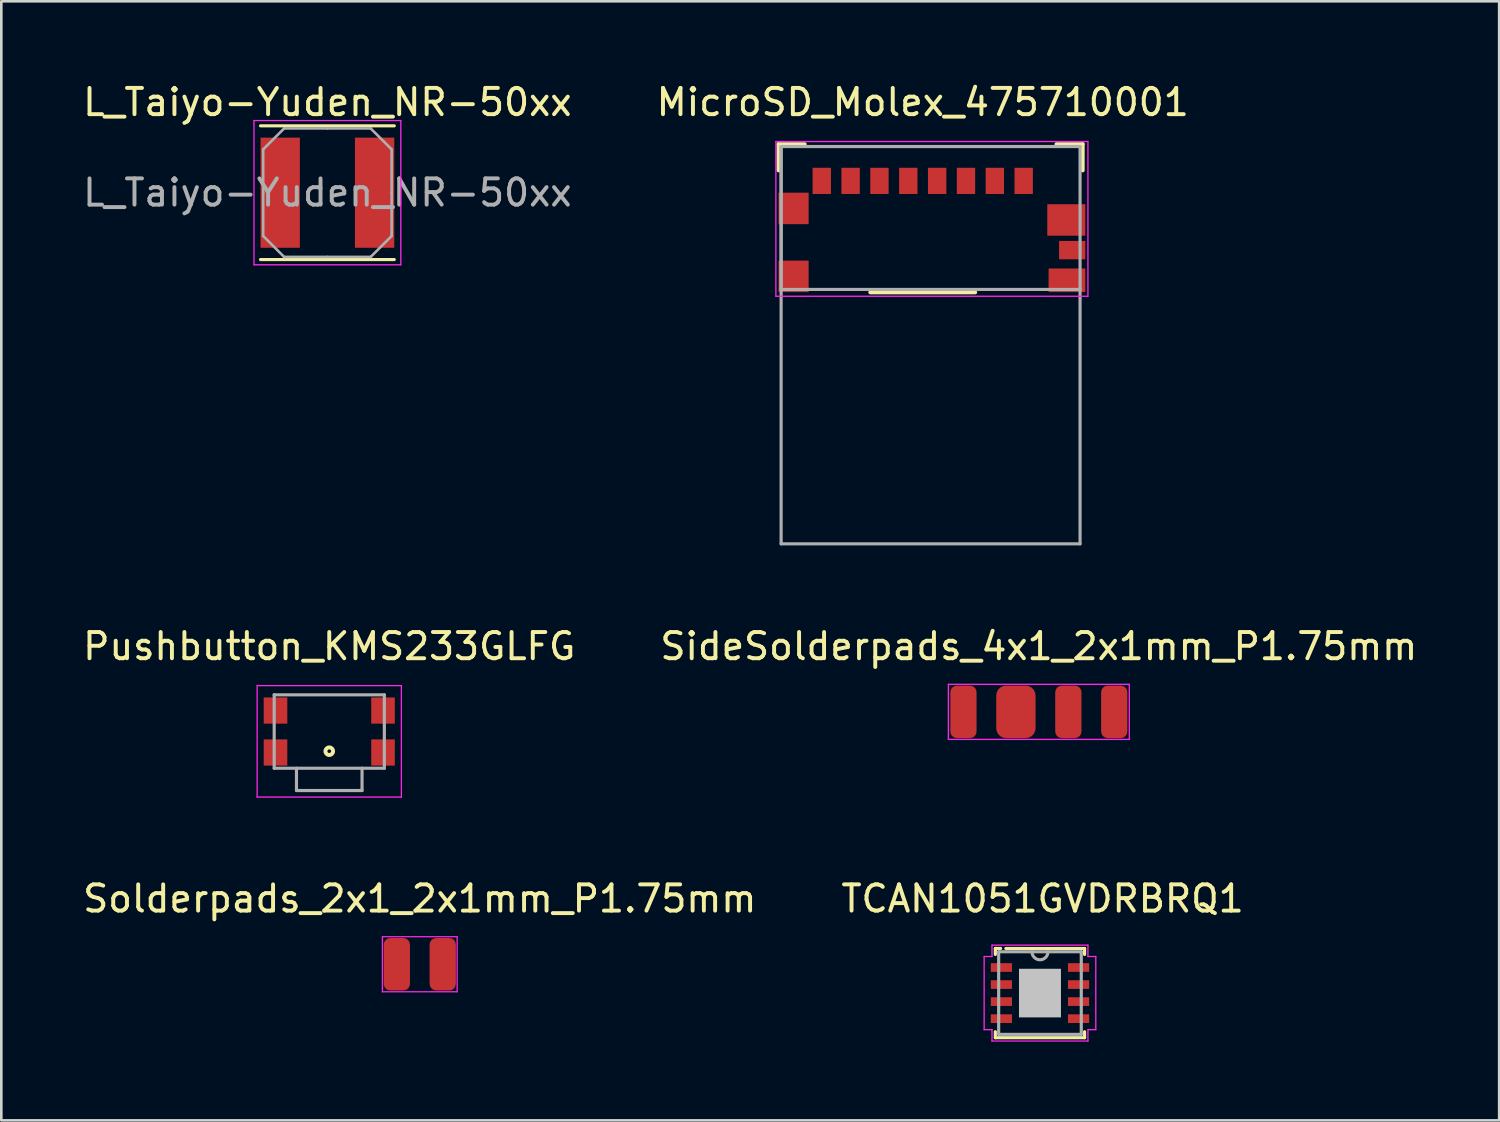
<source format=kicad_pcb>
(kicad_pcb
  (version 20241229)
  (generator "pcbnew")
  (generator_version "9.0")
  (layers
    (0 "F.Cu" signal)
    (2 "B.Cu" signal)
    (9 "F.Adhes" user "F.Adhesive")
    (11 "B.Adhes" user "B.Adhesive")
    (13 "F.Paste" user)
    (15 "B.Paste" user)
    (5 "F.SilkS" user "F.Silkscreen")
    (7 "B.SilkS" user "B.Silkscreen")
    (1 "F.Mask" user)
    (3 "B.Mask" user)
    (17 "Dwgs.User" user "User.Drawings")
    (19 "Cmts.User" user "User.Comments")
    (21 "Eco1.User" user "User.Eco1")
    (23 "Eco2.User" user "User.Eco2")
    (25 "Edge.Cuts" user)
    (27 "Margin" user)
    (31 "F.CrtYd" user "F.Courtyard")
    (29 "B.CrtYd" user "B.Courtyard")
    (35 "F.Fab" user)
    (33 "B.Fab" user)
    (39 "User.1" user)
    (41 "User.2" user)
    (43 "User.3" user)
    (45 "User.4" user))
  (footprint "L_Taiyo-Yuden_NR-50xx"
    (layer "F.Cu")
    (at 9.435 4.298)
    (property "Reference" "L_Taiyo-Yuden_NR-50xx" (at 0 -3.45 0) (layer "F.SilkS") (effects (font (size 1 1) (thickness 0.15))))
    (attr smd)
    (fp_line (start -2.55 -2.55) (end 2.55 -2.55) (stroke (width 0.12) (type solid)) (layer "F.SilkS"))
    (fp_line (start -2.55 2.55) (end 2.55 2.55) (stroke (width 0.12) (type solid)) (layer "F.SilkS"))
    (fp_line (start -2.8 -2.75) (end -2.8 2.75) (stroke (width 0.05) (type solid)) (layer "F.CrtYd"))
    (fp_line (start -2.8 2.75) (end 2.8 2.75) (stroke (width 0.05) (type solid)) (layer "F.CrtYd"))
    (fp_line (start 2.8 -2.75) (end -2.8 -2.75) (stroke (width 0.05) (type solid)) (layer "F.CrtYd"))
    (fp_line (start 2.8 2.75) (end 2.8 -2.75) (stroke (width 0.05) (type solid)) (layer "F.CrtYd"))
    (fp_line (start -2.45 -1.65) (end -1.65 -2.45) (stroke (width 0.1) (type solid)) (layer "F.Fab"))
    (fp_line (start -2.45 0) (end -2.45 -1.65) (stroke (width 0.1) (type solid)) (layer "F.Fab"))
    (fp_line (start -2.45 0) (end -2.45 1.65) (stroke (width 0.1) (type solid)) (layer "F.Fab"))
    (fp_line (start -2.45 1.65) (end -1.65 2.45) (stroke (width 0.1) (type solid)) (layer "F.Fab"))
    (fp_line (start -1.65 -2.45) (end 0 -2.45) (stroke (width 0.1) (type solid)) (layer "F.Fab"))
    (fp_line (start -1.65 2.45) (end 0 2.45) (stroke (width 0.1) (type solid)) (layer "F.Fab"))
    (fp_line (start 1.65 -2.45) (end 0 -2.45) (stroke (width 0.1) (type solid)) (layer "F.Fab"))
    (fp_line (start 1.65 2.45) (end 0 2.45) (stroke (width 0.1) (type solid)) (layer "F.Fab"))
    (fp_line (start 2.45 -1.65) (end 1.65 -2.45) (stroke (width 0.1) (type solid)) (layer "F.Fab"))
    (fp_line (start 2.45 0) (end 2.45 -1.65) (stroke (width 0.1) (type solid)) (layer "F.Fab"))
    (fp_line (start 2.45 0) (end 2.45 1.65) (stroke (width 0.1) (type solid)) (layer "F.Fab"))
    (fp_line (start 2.45 1.65) (end 1.65 2.45) (stroke (width 0.1) (type solid)) (layer "F.Fab"))
    (fp_text user "${REFERENCE}" (at 0 0 0) (layer "F.Fab") (effects (font (size 1 1) (thickness 0.15))))
    (pad "1" smd rect (at -1.8 0) (size 1.5 4.2) (layers "F.Cu" "F.Mask" "F.Paste"))
    (pad "2" smd rect (at 1.8 0) (size 1.5 4.2) (layers "F.Cu" "F.Mask" "F.Paste")))
  (footprint "Pushbutton_KMS233GLFG"
    (layer "F.Cu")
    (at 9.506 24.846)
    (property "Reference" "Pushbutton_KMS233GLFG" (at 0 -3.25 0) (layer "F.SilkS") (effects (font (size 1 1) (thickness 0.15))))
    (attr smd)
    (fp_circle (center 0 0.75) (end 0.07 0.75) (stroke (width 0.15) (type solid)) (fill no) (layer "F.SilkS"))
    (fp_line (start -2.75 -1.75) (end -2.75 2.5) (stroke (width 0.05) (type solid)) (layer "F.CrtYd"))
    (fp_line (start -2.75 2.5) (end 2.75 2.5) (stroke (width 0.05) (type solid)) (layer "F.CrtYd"))
    (fp_line (start 2.75 -1.75) (end -2.75 -1.75) (stroke (width 0.05) (type solid)) (layer "F.CrtYd"))
    (fp_line (start 2.75 2.5) (end 2.75 -1.75) (stroke (width 0.05) (type solid)) (layer "F.CrtYd"))
    (fp_line (start -2.1 -1.4) (end -2.1 1.4) (stroke (width 0.12) (type solid)) (layer "F.Fab"))
    (fp_line (start -2.1 1.4) (end 2.1 1.4) (stroke (width 0.12) (type solid)) (layer "F.Fab"))
    (fp_line (start -1.25 1.4) (end -1.25 2.25) (stroke (width 0.12) (type solid)) (layer "F.Fab"))
    (fp_line (start -1.25 2.25) (end 1.25 2.25) (stroke (width 0.12) (type solid)) (layer "F.Fab"))
    (fp_line (start 1.25 1.4) (end 1.25 2.25) (stroke (width 0.12) (type solid)) (layer "F.Fab"))
    (fp_line (start 2.1 -1.4) (end -2.1 -1.4) (stroke (width 0.12) (type solid)) (layer "F.Fab"))
    (fp_line (start 2.1 1.4) (end 2.1 -1.4) (stroke (width 0.12) (type solid)) (layer "F.Fab"))
    (pad "1" smd rect (at -2.05 0.8) (size 0.9 1) (layers "F.Cu" "F.Mask" "F.Paste"))
    (pad "2" smd rect (at -2.05 -0.8) (size 0.9 1) (layers "F.Cu" "F.Mask" "F.Paste"))
    (pad "4" smd rect (at 2.05 -0.8) (size 0.9 1) (layers "F.Cu" "F.Mask" "F.Paste"))
    (pad "5" smd rect (at 2.05 0.8) (size 0.9 1) (layers "F.Cu" "F.Mask" "F.Paste")))
  (footprint "MicroSD_Molex_475710001"
    (layer "F.Cu")
    (at 32.137 3.848)
    (property "Reference" "MicroSD_Molex_475710001" (at 0 -3 0) (layer "F.SilkS") (effects (font (size 1 1) (thickness 0.15))))
    (attr smd)
    (fp_line (start -5.5 -1.4) (end -4.5 -1.4) (stroke (width 0.15) (type solid)) (layer "F.SilkS"))
    (fp_line (start -5.5 -0.4) (end -5.5 -1.4) (stroke (width 0.15) (type solid)) (layer "F.SilkS"))
    (fp_line (start -2 4.25) (end 2 4.25) (stroke (width 0.15) (type solid)) (layer "F.SilkS"))
    (fp_line (start 6.1 -1.4) (end 5.1 -1.4) (stroke (width 0.15) (type solid)) (layer "F.SilkS"))
    (fp_line (start 6.1 -0.4) (end 6.1 -1.4) (stroke (width 0.15) (type solid)) (layer "F.SilkS"))
    (fp_line (start -5.6 -1.5) (end -5.6 4.4) (stroke (width 0.05) (type solid)) (layer "F.CrtYd"))
    (fp_line (start -5.6 4.4) (end 6.3 4.4) (stroke (width 0.05) (type solid)) (layer "F.CrtYd"))
    (fp_line (start 6.3 -1.5) (end -5.6 -1.5) (stroke (width 0.05) (type solid)) (layer "F.CrtYd"))
    (fp_line (start 6.3 4.4) (end 6.3 -1.5) (stroke (width 0.05) (type solid)) (layer "F.CrtYd"))
    (fp_line (start -5.4 -1.31) (end -5.4 4.14) (stroke (width 0.12) (type solid)) (layer "F.Fab"))
    (fp_line (start -5.4 -1.31) (end -5.4 13.84) (stroke (width 0.12) (type solid)) (layer "F.Fab"))
    (fp_line (start -5.4 13.84) (end 6 13.84) (stroke (width 0.12) (type solid)) (layer "F.Fab"))
    (fp_line (start 6 -1.31) (end -5.4 -1.31) (stroke (width 0.12) (type solid)) (layer "F.Fab"))
    (fp_line (start 6 -1.31) (end 6 4.14) (stroke (width 0.12) (type solid)) (layer "F.Fab"))
    (fp_line (start 6 4.14) (end -5.4 4.14) (stroke (width 0.12) (type solid)) (layer "F.Fab"))
    (fp_line (start 6 4.14) (end 6 13.84) (stroke (width 0.12) (type solid)) (layer "F.Fab"))
    (pad "1" smd rect (at 3.85 0) (size 0.7 1) (layers "F.Cu" "F.Mask" "F.Paste"))
    (pad "2" smd rect (at 2.75 0) (size 0.7 1) (layers "F.Cu" "F.Mask" "F.Paste"))
    (pad "3" smd rect (at 1.65 0) (size 0.7 1) (layers "F.Cu" "F.Mask" "F.Paste"))
    (pad "4" smd rect (at 0.55 0) (size 0.7 1) (layers "F.Cu" "F.Mask" "F.Paste"))
    (pad "5" smd rect (at -0.55 0) (size 0.7 1) (layers "F.Cu" "F.Mask" "F.Paste"))
    (pad "6" smd rect (at -1.65 0) (size 0.7 1) (layers "F.Cu" "F.Mask" "F.Paste"))
    (pad "7" smd rect (at -2.75 0) (size 0.7 1) (layers "F.Cu" "F.Mask" "F.Paste"))
    (pad "8" smd rect (at -3.85 0) (size 0.7 1) (layers "F.Cu" "F.Mask" "F.Paste"))
    (pad "9" smd rect (at -4.925 1.05) (size 1.15 1.2) (layers "F.Cu" "F.Mask" "F.Paste"))
    (pad "9" smd rect (at -4.925 3.64) (size 1.15 1.2) (layers "F.Cu" "F.Mask" "F.Paste"))
    (pad "9" smd rect (at 5.475 1.49) (size 1.45 1.2) (layers "F.Cu" "F.Mask" "F.Paste"))
    (pad "G4" smd rect (at 5.7 2.64) (size 1 0.7) (layers "F.Cu" "F.Mask" "F.Paste"))
    (pad "G5" smd rect (at 5.5 3.79) (size 1.4 0.9) (layers "F.Cu" "F.Mask" "F.Paste")))
  (footprint "Solderpads_2x1_2x1mm_P1.75mm"
    (layer "F.Cu")
    (at 12.958 33.72)
    (property "Reference" "Solderpads_2x1_2x1mm_P1.75mm" (at 0 -2.5 0) (layer "F.SilkS") (effects (font (size 1 1) (thickness 0.15))))
    (attr smd)
    (fp_line (start -1.425 -1.05) (end -1.425 1.05) (stroke (width 0.05) (type solid)) (layer "F.CrtYd"))
    (fp_line (start -1.425 -1.05) (end 1.425 -1.05) (stroke (width 0.05) (type solid)) (layer "F.CrtYd"))
    (fp_line (start -1.425 1.05) (end 1.425 1.05) (stroke (width 0.05) (type solid)) (layer "F.CrtYd"))
    (fp_line (start 1.425 -1.05) (end 1.425 1.05) (stroke (width 0.05) (type solid)) (layer "F.CrtYd"))
    (pad "1" connect roundrect (at -0.875 0) (size 1 2) (layers "F.Cu" "F.Mask") (roundrect_rratio 0.25))
    (pad "2" connect roundrect (at 0.875 0) (size 1 2) (layers "F.Cu" "F.Mask") (roundrect_rratio 0.25)))
  (footprint "TCAN1051GVDRBRQ1"
    (layer "F.Cu")
    (at 36.608 34.82)
    (property "Reference" "TCAN1051GVDRBRQ1" (at 0.1 -3.6 0) (layer "F.SilkS") (effects (font (size 1 1) (thickness 0.15))))
    (attr smd)
    (fp_line (start -1.702 -1.702) (end -1.702 -1.473) (stroke (width 0.12) (type solid)) (layer "F.SilkS"))
    (fp_line (start -1.702 1.473) (end -1.702 1.702) (stroke (width 0.12) (type solid)) (layer "F.SilkS"))
    (fp_line (start -1.702 1.702) (end 1.702 1.702) (stroke (width 0.12) (type solid)) (layer "F.SilkS"))
    (fp_line (start -1.5 -1.702) (end -1.702 -1.702) (stroke (width 0.12) (type solid)) (layer "F.SilkS"))
    (fp_line (start -1.3 -1.7) (end 1.702 -1.7) (stroke (width 0.12) (type solid)) (layer "F.SilkS"))
    (fp_line (start 1.702 -1.473) (end 1.702 -1.7) (stroke (width 0.12) (type solid)) (layer "F.SilkS"))
    (fp_line (start 1.702 1.702) (end 1.702 1.473) (stroke (width 0.12) (type solid)) (layer "F.SilkS"))
    (fp_line (start -2.129 -1.395) (end -1.829 -1.395) (stroke (width 0.05) (type solid)) (layer "F.CrtYd"))
    (fp_line (start -2.129 1.395) (end -2.129 -1.395) (stroke (width 0.05) (type solid)) (layer "F.CrtYd"))
    (fp_line (start -1.829 -1.829) (end 1.829 -1.829) (stroke (width 0.05) (type solid)) (layer "F.CrtYd"))
    (fp_line (start -1.829 -1.395) (end -1.829 -1.829) (stroke (width 0.05) (type solid)) (layer "F.CrtYd"))
    (fp_line (start -1.829 1.395) (end -2.129 1.395) (stroke (width 0.05) (type solid)) (layer "F.CrtYd"))
    (fp_line (start -1.829 1.829) (end -1.829 1.395) (stroke (width 0.05) (type solid)) (layer "F.CrtYd"))
    (fp_line (start 1.829 -1.829) (end 1.829 -1.395) (stroke (width 0.05) (type solid)) (layer "F.CrtYd"))
    (fp_line (start 1.829 -1.395) (end 2.129 -1.395) (stroke (width 0.05) (type solid)) (layer "F.CrtYd"))
    (fp_line (start 1.829 1.395) (end 1.829 1.829) (stroke (width 0.05) (type solid)) (layer "F.CrtYd"))
    (fp_line (start 1.829 1.829) (end -1.829 1.829) (stroke (width 0.05) (type solid)) (layer "F.CrtYd"))
    (fp_line (start 2.129 -1.395) (end 2.129 1.395) (stroke (width 0.05) (type solid)) (layer "F.CrtYd"))
    (fp_line (start 2.129 1.395) (end 1.829 1.395) (stroke (width 0.05) (type solid)) (layer "F.CrtYd"))
    (fp_line (start -1.575 -1.575) (end -1.575 1.575) (stroke (width 0.12) (type solid)) (layer "F.Fab"))
    (fp_line (start -1.575 1.575) (end 1.575 1.575) (stroke (width 0.12) (type solid)) (layer "F.Fab"))
    (fp_line (start 1.575 -1.575) (end -1.575 -1.575) (stroke (width 0.12) (type solid)) (layer "F.Fab"))
    (fp_line (start 1.575 1.575) (end 1.575 -1.575) (stroke (width 0.12) (type solid)) (layer "F.Fab"))
    (fp_arc (start 0.3048 -1.5748) (mid 0 -1.27) (end -0.3048 -1.5748) (stroke (width 0.12) (type solid)) (layer "F.Fab"))
    (pad "" smd rect (at 0 0) (size 1.6 1.854) (layers "Dwgs.User"))
    (pad "1" smd rect (at -1.471 -0.975) (size 0.808 0.331) (layers "F.Cu" "F.Mask" "F.Paste"))
    (pad "2" smd rect (at -1.471 -0.325) (size 0.808 0.331) (layers "F.Cu" "F.Mask" "F.Paste"))
    (pad "3" smd rect (at -1.471 0.325) (size 0.808 0.331) (layers "F.Cu" "F.Mask" "F.Paste"))
    (pad "4" smd rect (at -1.471 0.975) (size 0.808 0.331) (layers "F.Cu" "F.Mask" "F.Paste"))
    (pad "5" smd rect (at 1.471 0.975) (size 0.808 0.331) (layers "F.Cu" "F.Mask" "F.Paste"))
    (pad "6" smd rect (at 1.471 0.325) (size 0.808 0.331) (layers "F.Cu" "F.Mask" "F.Paste"))
    (pad "7" smd rect (at 1.471 -0.325) (size 0.808 0.331) (layers "F.Cu" "F.Mask" "F.Paste"))
    (pad "8" smd rect (at 1.471 -0.975) (size 0.808 0.331) (layers "F.Cu" "F.Mask" "F.Paste")))
  (footprint "SideSolderpads_4x1_2x1mm_P1.75mm"
    (layer "F.Cu")
    (at 36.565 24.096)
    (property "Reference" "SideSolderpads_4x1_2x1mm_P1.75mm" (at 0 -2.5 0) (layer "F.SilkS") (effects (font (size 1 1) (thickness 0.15))))
    (attr smd)
    (fp_line (start -3.45 -1.05) (end -3.45 1.05) (stroke (width 0.05) (type solid)) (layer "F.CrtYd"))
    (fp_line (start -3.45 -1.05) (end 3.45 -1.05) (stroke (width 0.05) (type solid)) (layer "F.CrtYd"))
    (fp_line (start -3.45 1.05) (end 3.45 1.05) (stroke (width 0.05) (type solid)) (layer "F.CrtYd"))
    (fp_line (start 3.45 -1.05) (end 3.45 1.05) (stroke (width 0.05) (type solid)) (layer "F.CrtYd"))
    (pad "1" connect roundrect (at -2.875 0) (size 1 2) (layers "F.Cu" "F.Mask") (roundrect_rratio 0.25))
    (pad "2" connect roundrect (at -0.875 0) (size 1.5 2) (layers "F.Cu" "F.Mask") (roundrect_rratio 0.25))
    (pad "3" connect roundrect (at 1.125 0) (size 1 2) (layers "F.Cu" "F.Mask") (roundrect_rratio 0.25))
    (pad "4" connect roundrect (at 2.875 0) (size 1 2) (layers "F.Cu" "F.Mask") (roundrect_rratio 0.25)))
  (gr_rect
    (start -3 -3)
    (end 54.119 39.674)
    (stroke (width 0.1) (type default))
    (fill no)
    (layer "Edge.Cuts")))
</source>
